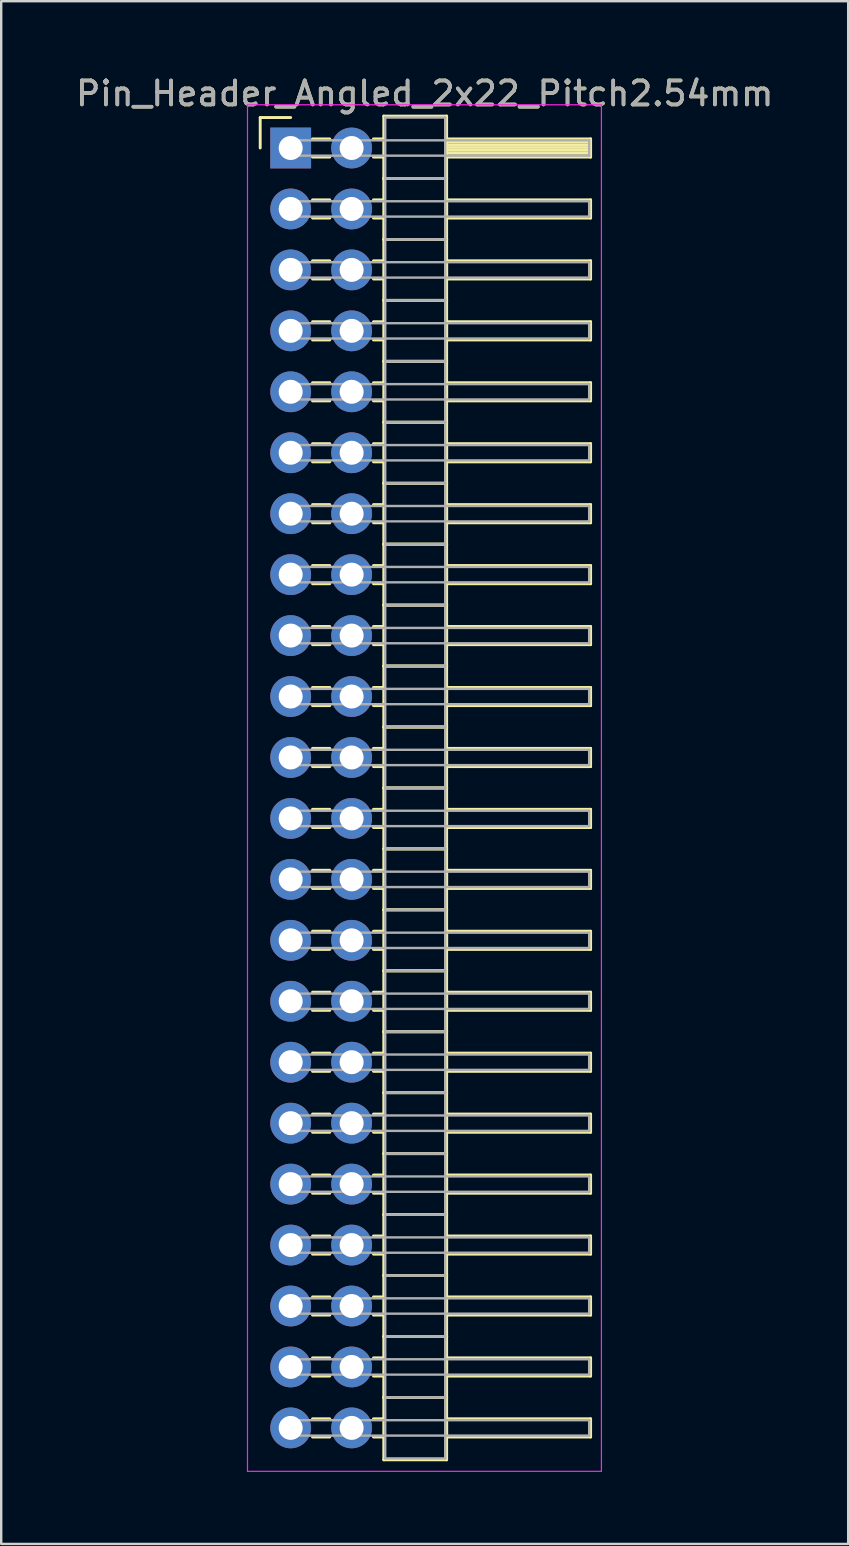
<source format=kicad_pcb>
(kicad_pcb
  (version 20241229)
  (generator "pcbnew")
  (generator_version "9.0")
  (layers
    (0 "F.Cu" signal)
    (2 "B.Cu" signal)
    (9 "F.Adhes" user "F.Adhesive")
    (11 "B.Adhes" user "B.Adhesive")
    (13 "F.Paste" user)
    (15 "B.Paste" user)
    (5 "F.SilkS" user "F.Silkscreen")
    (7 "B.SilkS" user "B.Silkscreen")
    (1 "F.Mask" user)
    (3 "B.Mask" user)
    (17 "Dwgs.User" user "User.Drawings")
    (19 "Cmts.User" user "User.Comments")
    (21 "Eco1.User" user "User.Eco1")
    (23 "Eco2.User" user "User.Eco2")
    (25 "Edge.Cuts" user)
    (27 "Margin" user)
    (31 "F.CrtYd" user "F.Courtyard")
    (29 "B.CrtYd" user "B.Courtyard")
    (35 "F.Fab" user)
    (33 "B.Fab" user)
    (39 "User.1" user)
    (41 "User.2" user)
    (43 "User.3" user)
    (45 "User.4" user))
  (footprint "Pin_Header_Angled_2x22_Pitch2.54mm"
    (layer "F.Cu")
    (at 9.064 3.118)
    (property "Reference" "Pin_Header_Angled_2x22_Pitch2.54mm" (at 5.585 -2.27 0) (layer "F.SilkS") (effects (font (size 1 1) (thickness 0.15))))
    (attr through_hole)
    (fp_line (start -1.27 -1.27) (end 0 -1.27) (stroke (width 0.12) (type solid)) (layer "F.SilkS"))
    (fp_line (start -1.27 0) (end -1.27 -1.27) (stroke (width 0.12) (type solid)) (layer "F.SilkS"))
    (fp_line (start 0.91 -0.38) (end 1.63 -0.38) (stroke (width 0.12) (type solid)) (layer "F.SilkS"))
    (fp_line (start 0.91 0.38) (end 1.63 0.38) (stroke (width 0.12) (type solid)) (layer "F.SilkS"))
    (fp_line (start 0.91 2.16) (end 1.63 2.16) (stroke (width 0.12) (type solid)) (layer "F.SilkS"))
    (fp_line (start 0.91 2.92) (end 1.63 2.92) (stroke (width 0.12) (type solid)) (layer "F.SilkS"))
    (fp_line (start 0.91 4.7) (end 1.63 4.7) (stroke (width 0.12) (type solid)) (layer "F.SilkS"))
    (fp_line (start 0.91 5.46) (end 1.63 5.46) (stroke (width 0.12) (type solid)) (layer "F.SilkS"))
    (fp_line (start 0.91 7.24) (end 1.63 7.24) (stroke (width 0.12) (type solid)) (layer "F.SilkS"))
    (fp_line (start 0.91 8) (end 1.63 8) (stroke (width 0.12) (type solid)) (layer "F.SilkS"))
    (fp_line (start 0.91 9.78) (end 1.63 9.78) (stroke (width 0.12) (type solid)) (layer "F.SilkS"))
    (fp_line (start 0.91 10.54) (end 1.63 10.54) (stroke (width 0.12) (type solid)) (layer "F.SilkS"))
    (fp_line (start 0.91 12.32) (end 1.63 12.32) (stroke (width 0.12) (type solid)) (layer "F.SilkS"))
    (fp_line (start 0.91 13.08) (end 1.63 13.08) (stroke (width 0.12) (type solid)) (layer "F.SilkS"))
    (fp_line (start 0.91 14.86) (end 1.63 14.86) (stroke (width 0.12) (type solid)) (layer "F.SilkS"))
    (fp_line (start 0.91 15.62) (end 1.63 15.62) (stroke (width 0.12) (type solid)) (layer "F.SilkS"))
    (fp_line (start 0.91 17.4) (end 1.63 17.4) (stroke (width 0.12) (type solid)) (layer "F.SilkS"))
    (fp_line (start 0.91 18.16) (end 1.63 18.16) (stroke (width 0.12) (type solid)) (layer "F.SilkS"))
    (fp_line (start 0.91 19.94) (end 1.63 19.94) (stroke (width 0.12) (type solid)) (layer "F.SilkS"))
    (fp_line (start 0.91 20.7) (end 1.63 20.7) (stroke (width 0.12) (type solid)) (layer "F.SilkS"))
    (fp_line (start 0.91 22.48) (end 1.63 22.48) (stroke (width 0.12) (type solid)) (layer "F.SilkS"))
    (fp_line (start 0.91 23.24) (end 1.63 23.24) (stroke (width 0.12) (type solid)) (layer "F.SilkS"))
    (fp_line (start 0.91 25.02) (end 1.63 25.02) (stroke (width 0.12) (type solid)) (layer "F.SilkS"))
    (fp_line (start 0.91 25.78) (end 1.63 25.78) (stroke (width 0.12) (type solid)) (layer "F.SilkS"))
    (fp_line (start 0.91 27.56) (end 1.63 27.56) (stroke (width 0.12) (type solid)) (layer "F.SilkS"))
    (fp_line (start 0.91 28.32) (end 1.63 28.32) (stroke (width 0.12) (type solid)) (layer "F.SilkS"))
    (fp_line (start 0.91 30.1) (end 1.63 30.1) (stroke (width 0.12) (type solid)) (layer "F.SilkS"))
    (fp_line (start 0.91 30.86) (end 1.63 30.86) (stroke (width 0.12) (type solid)) (layer "F.SilkS"))
    (fp_line (start 0.91 32.64) (end 1.63 32.64) (stroke (width 0.12) (type solid)) (layer "F.SilkS"))
    (fp_line (start 0.91 33.4) (end 1.63 33.4) (stroke (width 0.12) (type solid)) (layer "F.SilkS"))
    (fp_line (start 0.91 35.18) (end 1.63 35.18) (stroke (width 0.12) (type solid)) (layer "F.SilkS"))
    (fp_line (start 0.91 35.94) (end 1.63 35.94) (stroke (width 0.12) (type solid)) (layer "F.SilkS"))
    (fp_line (start 0.91 37.72) (end 1.63 37.72) (stroke (width 0.12) (type solid)) (layer "F.SilkS"))
    (fp_line (start 0.91 38.48) (end 1.63 38.48) (stroke (width 0.12) (type solid)) (layer "F.SilkS"))
    (fp_line (start 0.91 40.26) (end 1.63 40.26) (stroke (width 0.12) (type solid)) (layer "F.SilkS"))
    (fp_line (start 0.91 41.02) (end 1.63 41.02) (stroke (width 0.12) (type solid)) (layer "F.SilkS"))
    (fp_line (start 0.91 42.8) (end 1.63 42.8) (stroke (width 0.12) (type solid)) (layer "F.SilkS"))
    (fp_line (start 0.91 43.56) (end 1.63 43.56) (stroke (width 0.12) (type solid)) (layer "F.SilkS"))
    (fp_line (start 0.91 45.34) (end 1.63 45.34) (stroke (width 0.12) (type solid)) (layer "F.SilkS"))
    (fp_line (start 0.91 46.1) (end 1.63 46.1) (stroke (width 0.12) (type solid)) (layer "F.SilkS"))
    (fp_line (start 0.91 47.88) (end 1.63 47.88) (stroke (width 0.12) (type solid)) (layer "F.SilkS"))
    (fp_line (start 0.91 48.64) (end 1.63 48.64) (stroke (width 0.12) (type solid)) (layer "F.SilkS"))
    (fp_line (start 0.91 50.42) (end 1.63 50.42) (stroke (width 0.12) (type solid)) (layer "F.SilkS"))
    (fp_line (start 0.91 51.18) (end 1.63 51.18) (stroke (width 0.12) (type solid)) (layer "F.SilkS"))
    (fp_line (start 0.91 52.96) (end 1.63 52.96) (stroke (width 0.12) (type solid)) (layer "F.SilkS"))
    (fp_line (start 0.91 53.72) (end 1.63 53.72) (stroke (width 0.12) (type solid)) (layer "F.SilkS"))
    (fp_line (start 3.45 -0.38) (end 3.88 -0.38) (stroke (width 0.12) (type solid)) (layer "F.SilkS"))
    (fp_line (start 3.45 0.38) (end 3.88 0.38) (stroke (width 0.12) (type solid)) (layer "F.SilkS"))
    (fp_line (start 3.45 2.16) (end 3.88 2.16) (stroke (width 0.12) (type solid)) (layer "F.SilkS"))
    (fp_line (start 3.45 2.92) (end 3.88 2.92) (stroke (width 0.12) (type solid)) (layer "F.SilkS"))
    (fp_line (start 3.45 4.7) (end 3.88 4.7) (stroke (width 0.12) (type solid)) (layer "F.SilkS"))
    (fp_line (start 3.45 5.46) (end 3.88 5.46) (stroke (width 0.12) (type solid)) (layer "F.SilkS"))
    (fp_line (start 3.45 7.24) (end 3.88 7.24) (stroke (width 0.12) (type solid)) (layer "F.SilkS"))
    (fp_line (start 3.45 8) (end 3.88 8) (stroke (width 0.12) (type solid)) (layer "F.SilkS"))
    (fp_line (start 3.45 9.78) (end 3.88 9.78) (stroke (width 0.12) (type solid)) (layer "F.SilkS"))
    (fp_line (start 3.45 10.54) (end 3.88 10.54) (stroke (width 0.12) (type solid)) (layer "F.SilkS"))
    (fp_line (start 3.45 12.32) (end 3.88 12.32) (stroke (width 0.12) (type solid)) (layer "F.SilkS"))
    (fp_line (start 3.45 13.08) (end 3.88 13.08) (stroke (width 0.12) (type solid)) (layer "F.SilkS"))
    (fp_line (start 3.45 14.86) (end 3.88 14.86) (stroke (width 0.12) (type solid)) (layer "F.SilkS"))
    (fp_line (start 3.45 15.62) (end 3.88 15.62) (stroke (width 0.12) (type solid)) (layer "F.SilkS"))
    (fp_line (start 3.45 17.4) (end 3.88 17.4) (stroke (width 0.12) (type solid)) (layer "F.SilkS"))
    (fp_line (start 3.45 18.16) (end 3.88 18.16) (stroke (width 0.12) (type solid)) (layer "F.SilkS"))
    (fp_line (start 3.45 19.94) (end 3.88 19.94) (stroke (width 0.12) (type solid)) (layer "F.SilkS"))
    (fp_line (start 3.45 20.7) (end 3.88 20.7) (stroke (width 0.12) (type solid)) (layer "F.SilkS"))
    (fp_line (start 3.45 22.48) (end 3.88 22.48) (stroke (width 0.12) (type solid)) (layer "F.SilkS"))
    (fp_line (start 3.45 23.24) (end 3.88 23.24) (stroke (width 0.12) (type solid)) (layer "F.SilkS"))
    (fp_line (start 3.45 25.02) (end 3.88 25.02) (stroke (width 0.12) (type solid)) (layer "F.SilkS"))
    (fp_line (start 3.45 25.78) (end 3.88 25.78) (stroke (width 0.12) (type solid)) (layer "F.SilkS"))
    (fp_line (start 3.45 27.56) (end 3.88 27.56) (stroke (width 0.12) (type solid)) (layer "F.SilkS"))
    (fp_line (start 3.45 28.32) (end 3.88 28.32) (stroke (width 0.12) (type solid)) (layer "F.SilkS"))
    (fp_line (start 3.45 30.1) (end 3.88 30.1) (stroke (width 0.12) (type solid)) (layer "F.SilkS"))
    (fp_line (start 3.45 30.86) (end 3.88 30.86) (stroke (width 0.12) (type solid)) (layer "F.SilkS"))
    (fp_line (start 3.45 32.64) (end 3.88 32.64) (stroke (width 0.12) (type solid)) (layer "F.SilkS"))
    (fp_line (start 3.45 33.4) (end 3.88 33.4) (stroke (width 0.12) (type solid)) (layer "F.SilkS"))
    (fp_line (start 3.45 35.18) (end 3.88 35.18) (stroke (width 0.12) (type solid)) (layer "F.SilkS"))
    (fp_line (start 3.45 35.94) (end 3.88 35.94) (stroke (width 0.12) (type solid)) (layer "F.SilkS"))
    (fp_line (start 3.45 37.72) (end 3.88 37.72) (stroke (width 0.12) (type solid)) (layer "F.SilkS"))
    (fp_line (start 3.45 38.48) (end 3.88 38.48) (stroke (width 0.12) (type solid)) (layer "F.SilkS"))
    (fp_line (start 3.45 40.26) (end 3.88 40.26) (stroke (width 0.12) (type solid)) (layer "F.SilkS"))
    (fp_line (start 3.45 41.02) (end 3.88 41.02) (stroke (width 0.12) (type solid)) (layer "F.SilkS"))
    (fp_line (start 3.45 42.8) (end 3.88 42.8) (stroke (width 0.12) (type solid)) (layer "F.SilkS"))
    (fp_line (start 3.45 43.56) (end 3.88 43.56) (stroke (width 0.12) (type solid)) (layer "F.SilkS"))
    (fp_line (start 3.45 45.34) (end 3.88 45.34) (stroke (width 0.12) (type solid)) (layer "F.SilkS"))
    (fp_line (start 3.45 46.1) (end 3.88 46.1) (stroke (width 0.12) (type solid)) (layer "F.SilkS"))
    (fp_line (start 3.45 47.88) (end 3.88 47.88) (stroke (width 0.12) (type solid)) (layer "F.SilkS"))
    (fp_line (start 3.45 48.64) (end 3.88 48.64) (stroke (width 0.12) (type solid)) (layer "F.SilkS"))
    (fp_line (start 3.45 50.42) (end 3.88 50.42) (stroke (width 0.12) (type solid)) (layer "F.SilkS"))
    (fp_line (start 3.45 51.18) (end 3.88 51.18) (stroke (width 0.12) (type solid)) (layer "F.SilkS"))
    (fp_line (start 3.45 52.96) (end 3.88 52.96) (stroke (width 0.12) (type solid)) (layer "F.SilkS"))
    (fp_line (start 3.45 53.72) (end 3.88 53.72) (stroke (width 0.12) (type solid)) (layer "F.SilkS"))
    (fp_line (start 3.88 -1.33) (end 3.88 1.27) (stroke (width 0.12) (type solid)) (layer "F.SilkS"))
    (fp_line (start 3.88 1.27) (end 3.88 3.81) (stroke (width 0.12) (type solid)) (layer "F.SilkS"))
    (fp_line (start 3.88 1.27) (end 6.5 1.27) (stroke (width 0.12) (type solid)) (layer "F.SilkS"))
    (fp_line (start 3.88 3.81) (end 3.88 6.35) (stroke (width 0.12) (type solid)) (layer "F.SilkS"))
    (fp_line (start 3.88 3.81) (end 6.5 3.81) (stroke (width 0.12) (type solid)) (layer "F.SilkS"))
    (fp_line (start 3.88 6.35) (end 3.88 8.89) (stroke (width 0.12) (type solid)) (layer "F.SilkS"))
    (fp_line (start 3.88 6.35) (end 6.5 6.35) (stroke (width 0.12) (type solid)) (layer "F.SilkS"))
    (fp_line (start 3.88 8.89) (end 3.88 11.43) (stroke (width 0.12) (type solid)) (layer "F.SilkS"))
    (fp_line (start 3.88 8.89) (end 6.5 8.89) (stroke (width 0.12) (type solid)) (layer "F.SilkS"))
    (fp_line (start 3.88 11.43) (end 3.88 13.97) (stroke (width 0.12) (type solid)) (layer "F.SilkS"))
    (fp_line (start 3.88 11.43) (end 6.5 11.43) (stroke (width 0.12) (type solid)) (layer "F.SilkS"))
    (fp_line (start 3.88 13.97) (end 3.88 16.51) (stroke (width 0.12) (type solid)) (layer "F.SilkS"))
    (fp_line (start 3.88 13.97) (end 6.5 13.97) (stroke (width 0.12) (type solid)) (layer "F.SilkS"))
    (fp_line (start 3.88 16.51) (end 3.88 19.05) (stroke (width 0.12) (type solid)) (layer "F.SilkS"))
    (fp_line (start 3.88 16.51) (end 6.5 16.51) (stroke (width 0.12) (type solid)) (layer "F.SilkS"))
    (fp_line (start 3.88 19.05) (end 3.88 21.59) (stroke (width 0.12) (type solid)) (layer "F.SilkS"))
    (fp_line (start 3.88 19.05) (end 6.5 19.05) (stroke (width 0.12) (type solid)) (layer "F.SilkS"))
    (fp_line (start 3.88 21.59) (end 3.88 24.13) (stroke (width 0.12) (type solid)) (layer "F.SilkS"))
    (fp_line (start 3.88 21.59) (end 6.5 21.59) (stroke (width 0.12) (type solid)) (layer "F.SilkS"))
    (fp_line (start 3.88 24.13) (end 3.88 26.67) (stroke (width 0.12) (type solid)) (layer "F.SilkS"))
    (fp_line (start 3.88 24.13) (end 6.5 24.13) (stroke (width 0.12) (type solid)) (layer "F.SilkS"))
    (fp_line (start 3.88 26.67) (end 3.88 29.21) (stroke (width 0.12) (type solid)) (layer "F.SilkS"))
    (fp_line (start 3.88 26.67) (end 6.5 26.67) (stroke (width 0.12) (type solid)) (layer "F.SilkS"))
    (fp_line (start 3.88 29.21) (end 3.88 31.75) (stroke (width 0.12) (type solid)) (layer "F.SilkS"))
    (fp_line (start 3.88 29.21) (end 6.5 29.21) (stroke (width 0.12) (type solid)) (layer "F.SilkS"))
    (fp_line (start 3.88 31.75) (end 3.88 34.29) (stroke (width 0.12) (type solid)) (layer "F.SilkS"))
    (fp_line (start 3.88 31.75) (end 6.5 31.75) (stroke (width 0.12) (type solid)) (layer "F.SilkS"))
    (fp_line (start 3.88 34.29) (end 3.88 36.83) (stroke (width 0.12) (type solid)) (layer "F.SilkS"))
    (fp_line (start 3.88 34.29) (end 6.5 34.29) (stroke (width 0.12) (type solid)) (layer "F.SilkS"))
    (fp_line (start 3.88 36.83) (end 3.88 39.37) (stroke (width 0.12) (type solid)) (layer "F.SilkS"))
    (fp_line (start 3.88 36.83) (end 6.5 36.83) (stroke (width 0.12) (type solid)) (layer "F.SilkS"))
    (fp_line (start 3.88 39.37) (end 3.88 41.91) (stroke (width 0.12) (type solid)) (layer "F.SilkS"))
    (fp_line (start 3.88 39.37) (end 6.5 39.37) (stroke (width 0.12) (type solid)) (layer "F.SilkS"))
    (fp_line (start 3.88 41.91) (end 3.88 44.45) (stroke (width 0.12) (type solid)) (layer "F.SilkS"))
    (fp_line (start 3.88 41.91) (end 6.5 41.91) (stroke (width 0.12) (type solid)) (layer "F.SilkS"))
    (fp_line (start 3.88 44.45) (end 3.88 46.99) (stroke (width 0.12) (type solid)) (layer "F.SilkS"))
    (fp_line (start 3.88 44.45) (end 6.5 44.45) (stroke (width 0.12) (type solid)) (layer "F.SilkS"))
    (fp_line (start 3.88 46.99) (end 3.88 49.53) (stroke (width 0.12) (type solid)) (layer "F.SilkS"))
    (fp_line (start 3.88 46.99) (end 6.5 46.99) (stroke (width 0.12) (type solid)) (layer "F.SilkS"))
    (fp_line (start 3.88 49.53) (end 3.88 52.07) (stroke (width 0.12) (type solid)) (layer "F.SilkS"))
    (fp_line (start 3.88 49.53) (end 6.5 49.53) (stroke (width 0.12) (type solid)) (layer "F.SilkS"))
    (fp_line (start 3.88 52.07) (end 3.88 54.67) (stroke (width 0.12) (type solid)) (layer "F.SilkS"))
    (fp_line (start 3.88 52.07) (end 6.5 52.07) (stroke (width 0.12) (type solid)) (layer "F.SilkS"))
    (fp_line (start 3.88 54.67) (end 6.5 54.67) (stroke (width 0.12) (type solid)) (layer "F.SilkS"))
    (fp_line (start 6.5 -1.33) (end 3.88 -1.33) (stroke (width 0.12) (type solid)) (layer "F.SilkS"))
    (fp_line (start 6.5 -0.38) (end 6.5 0.38) (stroke (width 0.12) (type solid)) (layer "F.SilkS"))
    (fp_line (start 6.5 -0.26) (end 12.5 -0.26) (stroke (width 0.12) (type solid)) (layer "F.SilkS"))
    (fp_line (start 6.5 -0.14) (end 12.5 -0.14) (stroke (width 0.12) (type solid)) (layer "F.SilkS"))
    (fp_line (start 6.5 -0.02) (end 12.5 -0.02) (stroke (width 0.12) (type solid)) (layer "F.SilkS"))
    (fp_line (start 6.5 0.1) (end 12.5 0.1) (stroke (width 0.12) (type solid)) (layer "F.SilkS"))
    (fp_line (start 6.5 0.22) (end 12.5 0.22) (stroke (width 0.12) (type solid)) (layer "F.SilkS"))
    (fp_line (start 6.5 0.34) (end 12.5 0.34) (stroke (width 0.12) (type solid)) (layer "F.SilkS"))
    (fp_line (start 6.5 0.38) (end 12.5 0.38) (stroke (width 0.12) (type solid)) (layer "F.SilkS"))
    (fp_line (start 6.5 1.27) (end 3.88 1.27) (stroke (width 0.12) (type solid)) (layer "F.SilkS"))
    (fp_line (start 6.5 1.27) (end 6.5 -1.33) (stroke (width 0.12) (type solid)) (layer "F.SilkS"))
    (fp_line (start 6.5 2.16) (end 6.5 2.92) (stroke (width 0.12) (type solid)) (layer "F.SilkS"))
    (fp_line (start 6.5 2.92) (end 12.5 2.92) (stroke (width 0.12) (type solid)) (layer "F.SilkS"))
    (fp_line (start 6.5 3.81) (end 3.88 3.81) (stroke (width 0.12) (type solid)) (layer "F.SilkS"))
    (fp_line (start 6.5 3.81) (end 6.5 1.27) (stroke (width 0.12) (type solid)) (layer "F.SilkS"))
    (fp_line (start 6.5 4.7) (end 6.5 5.46) (stroke (width 0.12) (type solid)) (layer "F.SilkS"))
    (fp_line (start 6.5 5.46) (end 12.5 5.46) (stroke (width 0.12) (type solid)) (layer "F.SilkS"))
    (fp_line (start 6.5 6.35) (end 3.88 6.35) (stroke (width 0.12) (type solid)) (layer "F.SilkS"))
    (fp_line (start 6.5 6.35) (end 6.5 3.81) (stroke (width 0.12) (type solid)) (layer "F.SilkS"))
    (fp_line (start 6.5 7.24) (end 6.5 8) (stroke (width 0.12) (type solid)) (layer "F.SilkS"))
    (fp_line (start 6.5 8) (end 12.5 8) (stroke (width 0.12) (type solid)) (layer "F.SilkS"))
    (fp_line (start 6.5 8.89) (end 3.88 8.89) (stroke (width 0.12) (type solid)) (layer "F.SilkS"))
    (fp_line (start 6.5 8.89) (end 6.5 6.35) (stroke (width 0.12) (type solid)) (layer "F.SilkS"))
    (fp_line (start 6.5 9.78) (end 6.5 10.54) (stroke (width 0.12) (type solid)) (layer "F.SilkS"))
    (fp_line (start 6.5 10.54) (end 12.5 10.54) (stroke (width 0.12) (type solid)) (layer "F.SilkS"))
    (fp_line (start 6.5 11.43) (end 3.88 11.43) (stroke (width 0.12) (type solid)) (layer "F.SilkS"))
    (fp_line (start 6.5 11.43) (end 6.5 8.89) (stroke (width 0.12) (type solid)) (layer "F.SilkS"))
    (fp_line (start 6.5 12.32) (end 6.5 13.08) (stroke (width 0.12) (type solid)) (layer "F.SilkS"))
    (fp_line (start 6.5 13.08) (end 12.5 13.08) (stroke (width 0.12) (type solid)) (layer "F.SilkS"))
    (fp_line (start 6.5 13.97) (end 3.88 13.97) (stroke (width 0.12) (type solid)) (layer "F.SilkS"))
    (fp_line (start 6.5 13.97) (end 6.5 11.43) (stroke (width 0.12) (type solid)) (layer "F.SilkS"))
    (fp_line (start 6.5 14.86) (end 6.5 15.62) (stroke (width 0.12) (type solid)) (layer "F.SilkS"))
    (fp_line (start 6.5 15.62) (end 12.5 15.62) (stroke (width 0.12) (type solid)) (layer "F.SilkS"))
    (fp_line (start 6.5 16.51) (end 3.88 16.51) (stroke (width 0.12) (type solid)) (layer "F.SilkS"))
    (fp_line (start 6.5 16.51) (end 6.5 13.97) (stroke (width 0.12) (type solid)) (layer "F.SilkS"))
    (fp_line (start 6.5 17.4) (end 6.5 18.16) (stroke (width 0.12) (type solid)) (layer "F.SilkS"))
    (fp_line (start 6.5 18.16) (end 12.5 18.16) (stroke (width 0.12) (type solid)) (layer "F.SilkS"))
    (fp_line (start 6.5 19.05) (end 3.88 19.05) (stroke (width 0.12) (type solid)) (layer "F.SilkS"))
    (fp_line (start 6.5 19.05) (end 6.5 16.51) (stroke (width 0.12) (type solid)) (layer "F.SilkS"))
    (fp_line (start 6.5 19.94) (end 6.5 20.7) (stroke (width 0.12) (type solid)) (layer "F.SilkS"))
    (fp_line (start 6.5 20.7) (end 12.5 20.7) (stroke (width 0.12) (type solid)) (layer "F.SilkS"))
    (fp_line (start 6.5 21.59) (end 3.88 21.59) (stroke (width 0.12) (type solid)) (layer "F.SilkS"))
    (fp_line (start 6.5 21.59) (end 6.5 19.05) (stroke (width 0.12) (type solid)) (layer "F.SilkS"))
    (fp_line (start 6.5 22.48) (end 6.5 23.24) (stroke (width 0.12) (type solid)) (layer "F.SilkS"))
    (fp_line (start 6.5 23.24) (end 12.5 23.24) (stroke (width 0.12) (type solid)) (layer "F.SilkS"))
    (fp_line (start 6.5 24.13) (end 3.88 24.13) (stroke (width 0.12) (type solid)) (layer "F.SilkS"))
    (fp_line (start 6.5 24.13) (end 6.5 21.59) (stroke (width 0.12) (type solid)) (layer "F.SilkS"))
    (fp_line (start 6.5 25.02) (end 6.5 25.78) (stroke (width 0.12) (type solid)) (layer "F.SilkS"))
    (fp_line (start 6.5 25.78) (end 12.5 25.78) (stroke (width 0.12) (type solid)) (layer "F.SilkS"))
    (fp_line (start 6.5 26.67) (end 3.88 26.67) (stroke (width 0.12) (type solid)) (layer "F.SilkS"))
    (fp_line (start 6.5 26.67) (end 6.5 24.13) (stroke (width 0.12) (type solid)) (layer "F.SilkS"))
    (fp_line (start 6.5 27.56) (end 6.5 28.32) (stroke (width 0.12) (type solid)) (layer "F.SilkS"))
    (fp_line (start 6.5 28.32) (end 12.5 28.32) (stroke (width 0.12) (type solid)) (layer "F.SilkS"))
    (fp_line (start 6.5 29.21) (end 3.88 29.21) (stroke (width 0.12) (type solid)) (layer "F.SilkS"))
    (fp_line (start 6.5 29.21) (end 6.5 26.67) (stroke (width 0.12) (type solid)) (layer "F.SilkS"))
    (fp_line (start 6.5 30.1) (end 6.5 30.86) (stroke (width 0.12) (type solid)) (layer "F.SilkS"))
    (fp_line (start 6.5 30.86) (end 12.5 30.86) (stroke (width 0.12) (type solid)) (layer "F.SilkS"))
    (fp_line (start 6.5 31.75) (end 3.88 31.75) (stroke (width 0.12) (type solid)) (layer "F.SilkS"))
    (fp_line (start 6.5 31.75) (end 6.5 29.21) (stroke (width 0.12) (type solid)) (layer "F.SilkS"))
    (fp_line (start 6.5 32.64) (end 6.5 33.4) (stroke (width 0.12) (type solid)) (layer "F.SilkS"))
    (fp_line (start 6.5 33.4) (end 12.5 33.4) (stroke (width 0.12) (type solid)) (layer "F.SilkS"))
    (fp_line (start 6.5 34.29) (end 3.88 34.29) (stroke (width 0.12) (type solid)) (layer "F.SilkS"))
    (fp_line (start 6.5 34.29) (end 6.5 31.75) (stroke (width 0.12) (type solid)) (layer "F.SilkS"))
    (fp_line (start 6.5 35.18) (end 6.5 35.94) (stroke (width 0.12) (type solid)) (layer "F.SilkS"))
    (fp_line (start 6.5 35.94) (end 12.5 35.94) (stroke (width 0.12) (type solid)) (layer "F.SilkS"))
    (fp_line (start 6.5 36.83) (end 3.88 36.83) (stroke (width 0.12) (type solid)) (layer "F.SilkS"))
    (fp_line (start 6.5 36.83) (end 6.5 34.29) (stroke (width 0.12) (type solid)) (layer "F.SilkS"))
    (fp_line (start 6.5 37.72) (end 6.5 38.48) (stroke (width 0.12) (type solid)) (layer "F.SilkS"))
    (fp_line (start 6.5 38.48) (end 12.5 38.48) (stroke (width 0.12) (type solid)) (layer "F.SilkS"))
    (fp_line (start 6.5 39.37) (end 3.88 39.37) (stroke (width 0.12) (type solid)) (layer "F.SilkS"))
    (fp_line (start 6.5 39.37) (end 6.5 36.83) (stroke (width 0.12) (type solid)) (layer "F.SilkS"))
    (fp_line (start 6.5 40.26) (end 6.5 41.02) (stroke (width 0.12) (type solid)) (layer "F.SilkS"))
    (fp_line (start 6.5 41.02) (end 12.5 41.02) (stroke (width 0.12) (type solid)) (layer "F.SilkS"))
    (fp_line (start 6.5 41.91) (end 3.88 41.91) (stroke (width 0.12) (type solid)) (layer "F.SilkS"))
    (fp_line (start 6.5 41.91) (end 6.5 39.37) (stroke (width 0.12) (type solid)) (layer "F.SilkS"))
    (fp_line (start 6.5 42.8) (end 6.5 43.56) (stroke (width 0.12) (type solid)) (layer "F.SilkS"))
    (fp_line (start 6.5 43.56) (end 12.5 43.56) (stroke (width 0.12) (type solid)) (layer "F.SilkS"))
    (fp_line (start 6.5 44.45) (end 3.88 44.45) (stroke (width 0.12) (type solid)) (layer "F.SilkS"))
    (fp_line (start 6.5 44.45) (end 6.5 41.91) (stroke (width 0.12) (type solid)) (layer "F.SilkS"))
    (fp_line (start 6.5 45.34) (end 6.5 46.1) (stroke (width 0.12) (type solid)) (layer "F.SilkS"))
    (fp_line (start 6.5 46.1) (end 12.5 46.1) (stroke (width 0.12) (type solid)) (layer "F.SilkS"))
    (fp_line (start 6.5 46.99) (end 3.88 46.99) (stroke (width 0.12) (type solid)) (layer "F.SilkS"))
    (fp_line (start 6.5 46.99) (end 6.5 44.45) (stroke (width 0.12) (type solid)) (layer "F.SilkS"))
    (fp_line (start 6.5 47.88) (end 6.5 48.64) (stroke (width 0.12) (type solid)) (layer "F.SilkS"))
    (fp_line (start 6.5 48.64) (end 12.5 48.64) (stroke (width 0.12) (type solid)) (layer "F.SilkS"))
    (fp_line (start 6.5 49.53) (end 3.88 49.53) (stroke (width 0.12) (type solid)) (layer "F.SilkS"))
    (fp_line (start 6.5 49.53) (end 6.5 46.99) (stroke (width 0.12) (type solid)) (layer "F.SilkS"))
    (fp_line (start 6.5 50.42) (end 6.5 51.18) (stroke (width 0.12) (type solid)) (layer "F.SilkS"))
    (fp_line (start 6.5 51.18) (end 12.5 51.18) (stroke (width 0.12) (type solid)) (layer "F.SilkS"))
    (fp_line (start 6.5 52.07) (end 3.88 52.07) (stroke (width 0.12) (type solid)) (layer "F.SilkS"))
    (fp_line (start 6.5 52.07) (end 6.5 49.53) (stroke (width 0.12) (type solid)) (layer "F.SilkS"))
    (fp_line (start 6.5 52.96) (end 6.5 53.72) (stroke (width 0.12) (type solid)) (layer "F.SilkS"))
    (fp_line (start 6.5 53.72) (end 12.5 53.72) (stroke (width 0.12) (type solid)) (layer "F.SilkS"))
    (fp_line (start 6.5 54.67) (end 6.5 52.07) (stroke (width 0.12) (type solid)) (layer "F.SilkS"))
    (fp_line (start 12.5 -0.38) (end 6.5 -0.38) (stroke (width 0.12) (type solid)) (layer "F.SilkS"))
    (fp_line (start 12.5 0.38) (end 12.5 -0.38) (stroke (width 0.12) (type solid)) (layer "F.SilkS"))
    (fp_line (start 12.5 2.16) (end 6.5 2.16) (stroke (width 0.12) (type solid)) (layer "F.SilkS"))
    (fp_line (start 12.5 2.92) (end 12.5 2.16) (stroke (width 0.12) (type solid)) (layer "F.SilkS"))
    (fp_line (start 12.5 4.7) (end 6.5 4.7) (stroke (width 0.12) (type solid)) (layer "F.SilkS"))
    (fp_line (start 12.5 5.46) (end 12.5 4.7) (stroke (width 0.12) (type solid)) (layer "F.SilkS"))
    (fp_line (start 12.5 7.24) (end 6.5 7.24) (stroke (width 0.12) (type solid)) (layer "F.SilkS"))
    (fp_line (start 12.5 8) (end 12.5 7.24) (stroke (width 0.12) (type solid)) (layer "F.SilkS"))
    (fp_line (start 12.5 9.78) (end 6.5 9.78) (stroke (width 0.12) (type solid)) (layer "F.SilkS"))
    (fp_line (start 12.5 10.54) (end 12.5 9.78) (stroke (width 0.12) (type solid)) (layer "F.SilkS"))
    (fp_line (start 12.5 12.32) (end 6.5 12.32) (stroke (width 0.12) (type solid)) (layer "F.SilkS"))
    (fp_line (start 12.5 13.08) (end 12.5 12.32) (stroke (width 0.12) (type solid)) (layer "F.SilkS"))
    (fp_line (start 12.5 14.86) (end 6.5 14.86) (stroke (width 0.12) (type solid)) (layer "F.SilkS"))
    (fp_line (start 12.5 15.62) (end 12.5 14.86) (stroke (width 0.12) (type solid)) (layer "F.SilkS"))
    (fp_line (start 12.5 17.4) (end 6.5 17.4) (stroke (width 0.12) (type solid)) (layer "F.SilkS"))
    (fp_line (start 12.5 18.16) (end 12.5 17.4) (stroke (width 0.12) (type solid)) (layer "F.SilkS"))
    (fp_line (start 12.5 19.94) (end 6.5 19.94) (stroke (width 0.12) (type solid)) (layer "F.SilkS"))
    (fp_line (start 12.5 20.7) (end 12.5 19.94) (stroke (width 0.12) (type solid)) (layer "F.SilkS"))
    (fp_line (start 12.5 22.48) (end 6.5 22.48) (stroke (width 0.12) (type solid)) (layer "F.SilkS"))
    (fp_line (start 12.5 23.24) (end 12.5 22.48) (stroke (width 0.12) (type solid)) (layer "F.SilkS"))
    (fp_line (start 12.5 25.02) (end 6.5 25.02) (stroke (width 0.12) (type solid)) (layer "F.SilkS"))
    (fp_line (start 12.5 25.78) (end 12.5 25.02) (stroke (width 0.12) (type solid)) (layer "F.SilkS"))
    (fp_line (start 12.5 27.56) (end 6.5 27.56) (stroke (width 0.12) (type solid)) (layer "F.SilkS"))
    (fp_line (start 12.5 28.32) (end 12.5 27.56) (stroke (width 0.12) (type solid)) (layer "F.SilkS"))
    (fp_line (start 12.5 30.1) (end 6.5 30.1) (stroke (width 0.12) (type solid)) (layer "F.SilkS"))
    (fp_line (start 12.5 30.86) (end 12.5 30.1) (stroke (width 0.12) (type solid)) (layer "F.SilkS"))
    (fp_line (start 12.5 32.64) (end 6.5 32.64) (stroke (width 0.12) (type solid)) (layer "F.SilkS"))
    (fp_line (start 12.5 33.4) (end 12.5 32.64) (stroke (width 0.12) (type solid)) (layer "F.SilkS"))
    (fp_line (start 12.5 35.18) (end 6.5 35.18) (stroke (width 0.12) (type solid)) (layer "F.SilkS"))
    (fp_line (start 12.5 35.94) (end 12.5 35.18) (stroke (width 0.12) (type solid)) (layer "F.SilkS"))
    (fp_line (start 12.5 37.72) (end 6.5 37.72) (stroke (width 0.12) (type solid)) (layer "F.SilkS"))
    (fp_line (start 12.5 38.48) (end 12.5 37.72) (stroke (width 0.12) (type solid)) (layer "F.SilkS"))
    (fp_line (start 12.5 40.26) (end 6.5 40.26) (stroke (width 0.12) (type solid)) (layer "F.SilkS"))
    (fp_line (start 12.5 41.02) (end 12.5 40.26) (stroke (width 0.12) (type solid)) (layer "F.SilkS"))
    (fp_line (start 12.5 42.8) (end 6.5 42.8) (stroke (width 0.12) (type solid)) (layer "F.SilkS"))
    (fp_line (start 12.5 43.56) (end 12.5 42.8) (stroke (width 0.12) (type solid)) (layer "F.SilkS"))
    (fp_line (start 12.5 45.34) (end 6.5 45.34) (stroke (width 0.12) (type solid)) (layer "F.SilkS"))
    (fp_line (start 12.5 46.1) (end 12.5 45.34) (stroke (width 0.12) (type solid)) (layer "F.SilkS"))
    (fp_line (start 12.5 47.88) (end 6.5 47.88) (stroke (width 0.12) (type solid)) (layer "F.SilkS"))
    (fp_line (start 12.5 48.64) (end 12.5 47.88) (stroke (width 0.12) (type solid)) (layer "F.SilkS"))
    (fp_line (start 12.5 50.42) (end 6.5 50.42) (stroke (width 0.12) (type solid)) (layer "F.SilkS"))
    (fp_line (start 12.5 51.18) (end 12.5 50.42) (stroke (width 0.12) (type solid)) (layer "F.SilkS"))
    (fp_line (start 12.5 52.96) (end 6.5 52.96) (stroke (width 0.12) (type solid)) (layer "F.SilkS"))
    (fp_line (start 12.5 53.72) (end 12.5 52.96) (stroke (width 0.12) (type solid)) (layer "F.SilkS"))
    (fp_line (start -1.8 -1.8) (end -1.8 55.15) (stroke (width 0.05) (type solid)) (layer "F.CrtYd"))
    (fp_line (start -1.8 55.15) (end 12.95 55.15) (stroke (width 0.05) (type solid)) (layer "F.CrtYd"))
    (fp_line (start 12.95 -1.8) (end -1.8 -1.8) (stroke (width 0.05) (type solid)) (layer "F.CrtYd"))
    (fp_line (start 12.95 55.15) (end 12.95 -1.8) (stroke (width 0.05) (type solid)) (layer "F.CrtYd"))
    (fp_line (start 0 -0.32) (end 0 0.32) (stroke (width 0.1) (type solid)) (layer "F.Fab"))
    (fp_line (start 0 0.32) (end 12.44 0.32) (stroke (width 0.1) (type solid)) (layer "F.Fab"))
    (fp_line (start 0 2.22) (end 0 2.86) (stroke (width 0.1) (type solid)) (layer "F.Fab"))
    (fp_line (start 0 2.86) (end 12.44 2.86) (stroke (width 0.1) (type solid)) (layer "F.Fab"))
    (fp_line (start 0 4.76) (end 0 5.4) (stroke (width 0.1) (type solid)) (layer "F.Fab"))
    (fp_line (start 0 5.4) (end 12.44 5.4) (stroke (width 0.1) (type solid)) (layer "F.Fab"))
    (fp_line (start 0 7.3) (end 0 7.94) (stroke (width 0.1) (type solid)) (layer "F.Fab"))
    (fp_line (start 0 7.94) (end 12.44 7.94) (stroke (width 0.1) (type solid)) (layer "F.Fab"))
    (fp_line (start 0 9.84) (end 0 10.48) (stroke (width 0.1) (type solid)) (layer "F.Fab"))
    (fp_line (start 0 10.48) (end 12.44 10.48) (stroke (width 0.1) (type solid)) (layer "F.Fab"))
    (fp_line (start 0 12.38) (end 0 13.02) (stroke (width 0.1) (type solid)) (layer "F.Fab"))
    (fp_line (start 0 13.02) (end 12.44 13.02) (stroke (width 0.1) (type solid)) (layer "F.Fab"))
    (fp_line (start 0 14.92) (end 0 15.56) (stroke (width 0.1) (type solid)) (layer "F.Fab"))
    (fp_line (start 0 15.56) (end 12.44 15.56) (stroke (width 0.1) (type solid)) (layer "F.Fab"))
    (fp_line (start 0 17.46) (end 0 18.1) (stroke (width 0.1) (type solid)) (layer "F.Fab"))
    (fp_line (start 0 18.1) (end 12.44 18.1) (stroke (width 0.1) (type solid)) (layer "F.Fab"))
    (fp_line (start 0 20) (end 0 20.64) (stroke (width 0.1) (type solid)) (layer "F.Fab"))
    (fp_line (start 0 20.64) (end 12.44 20.64) (stroke (width 0.1) (type solid)) (layer "F.Fab"))
    (fp_line (start 0 22.54) (end 0 23.18) (stroke (width 0.1) (type solid)) (layer "F.Fab"))
    (fp_line (start 0 23.18) (end 12.44 23.18) (stroke (width 0.1) (type solid)) (layer "F.Fab"))
    (fp_line (start 0 25.08) (end 0 25.72) (stroke (width 0.1) (type solid)) (layer "F.Fab"))
    (fp_line (start 0 25.72) (end 12.44 25.72) (stroke (width 0.1) (type solid)) (layer "F.Fab"))
    (fp_line (start 0 27.62) (end 0 28.26) (stroke (width 0.1) (type solid)) (layer "F.Fab"))
    (fp_line (start 0 28.26) (end 12.44 28.26) (stroke (width 0.1) (type solid)) (layer "F.Fab"))
    (fp_line (start 0 30.16) (end 0 30.8) (stroke (width 0.1) (type solid)) (layer "F.Fab"))
    (fp_line (start 0 30.8) (end 12.44 30.8) (stroke (width 0.1) (type solid)) (layer "F.Fab"))
    (fp_line (start 0 32.7) (end 0 33.34) (stroke (width 0.1) (type solid)) (layer "F.Fab"))
    (fp_line (start 0 33.34) (end 12.44 33.34) (stroke (width 0.1) (type solid)) (layer "F.Fab"))
    (fp_line (start 0 35.24) (end 0 35.88) (stroke (width 0.1) (type solid)) (layer "F.Fab"))
    (fp_line (start 0 35.88) (end 12.44 35.88) (stroke (width 0.1) (type solid)) (layer "F.Fab"))
    (fp_line (start 0 37.78) (end 0 38.42) (stroke (width 0.1) (type solid)) (layer "F.Fab"))
    (fp_line (start 0 38.42) (end 12.44 38.42) (stroke (width 0.1) (type solid)) (layer "F.Fab"))
    (fp_line (start 0 40.32) (end 0 40.96) (stroke (width 0.1) (type solid)) (layer "F.Fab"))
    (fp_line (start 0 40.96) (end 12.44 40.96) (stroke (width 0.1) (type solid)) (layer "F.Fab"))
    (fp_line (start 0 42.86) (end 0 43.5) (stroke (width 0.1) (type solid)) (layer "F.Fab"))
    (fp_line (start 0 43.5) (end 12.44 43.5) (stroke (width 0.1) (type solid)) (layer "F.Fab"))
    (fp_line (start 0 45.4) (end 0 46.04) (stroke (width 0.1) (type solid)) (layer "F.Fab"))
    (fp_line (start 0 46.04) (end 12.44 46.04) (stroke (width 0.1) (type solid)) (layer "F.Fab"))
    (fp_line (start 0 47.94) (end 0 48.58) (stroke (width 0.1) (type solid)) (layer "F.Fab"))
    (fp_line (start 0 48.58) (end 12.44 48.58) (stroke (width 0.1) (type solid)) (layer "F.Fab"))
    (fp_line (start 0 50.48) (end 0 51.12) (stroke (width 0.1) (type solid)) (layer "F.Fab"))
    (fp_line (start 0 51.12) (end 12.44 51.12) (stroke (width 0.1) (type solid)) (layer "F.Fab"))
    (fp_line (start 0 53.02) (end 0 53.66) (stroke (width 0.1) (type solid)) (layer "F.Fab"))
    (fp_line (start 0 53.66) (end 12.44 53.66) (stroke (width 0.1) (type solid)) (layer "F.Fab"))
    (fp_line (start 3.94 -1.27) (end 3.94 1.27) (stroke (width 0.1) (type solid)) (layer "F.Fab"))
    (fp_line (start 3.94 1.27) (end 3.94 3.81) (stroke (width 0.1) (type solid)) (layer "F.Fab"))
    (fp_line (start 3.94 1.27) (end 6.44 1.27) (stroke (width 0.1) (type solid)) (layer "F.Fab"))
    (fp_line (start 3.94 3.81) (end 3.94 6.35) (stroke (width 0.1) (type solid)) (layer "F.Fab"))
    (fp_line (start 3.94 3.81) (end 6.44 3.81) (stroke (width 0.1) (type solid)) (layer "F.Fab"))
    (fp_line (start 3.94 6.35) (end 3.94 8.89) (stroke (width 0.1) (type solid)) (layer "F.Fab"))
    (fp_line (start 3.94 6.35) (end 6.44 6.35) (stroke (width 0.1) (type solid)) (layer "F.Fab"))
    (fp_line (start 3.94 8.89) (end 3.94 11.43) (stroke (width 0.1) (type solid)) (layer "F.Fab"))
    (fp_line (start 3.94 8.89) (end 6.44 8.89) (stroke (width 0.1) (type solid)) (layer "F.Fab"))
    (fp_line (start 3.94 11.43) (end 3.94 13.97) (stroke (width 0.1) (type solid)) (layer "F.Fab"))
    (fp_line (start 3.94 11.43) (end 6.44 11.43) (stroke (width 0.1) (type solid)) (layer "F.Fab"))
    (fp_line (start 3.94 13.97) (end 3.94 16.51) (stroke (width 0.1) (type solid)) (layer "F.Fab"))
    (fp_line (start 3.94 13.97) (end 6.44 13.97) (stroke (width 0.1) (type solid)) (layer "F.Fab"))
    (fp_line (start 3.94 16.51) (end 3.94 19.05) (stroke (width 0.1) (type solid)) (layer "F.Fab"))
    (fp_line (start 3.94 16.51) (end 6.44 16.51) (stroke (width 0.1) (type solid)) (layer "F.Fab"))
    (fp_line (start 3.94 19.05) (end 3.94 21.59) (stroke (width 0.1) (type solid)) (layer "F.Fab"))
    (fp_line (start 3.94 19.05) (end 6.44 19.05) (stroke (width 0.1) (type solid)) (layer "F.Fab"))
    (fp_line (start 3.94 21.59) (end 3.94 24.13) (stroke (width 0.1) (type solid)) (layer "F.Fab"))
    (fp_line (start 3.94 21.59) (end 6.44 21.59) (stroke (width 0.1) (type solid)) (layer "F.Fab"))
    (fp_line (start 3.94 24.13) (end 3.94 26.67) (stroke (width 0.1) (type solid)) (layer "F.Fab"))
    (fp_line (start 3.94 24.13) (end 6.44 24.13) (stroke (width 0.1) (type solid)) (layer "F.Fab"))
    (fp_line (start 3.94 26.67) (end 3.94 29.21) (stroke (width 0.1) (type solid)) (layer "F.Fab"))
    (fp_line (start 3.94 26.67) (end 6.44 26.67) (stroke (width 0.1) (type solid)) (layer "F.Fab"))
    (fp_line (start 3.94 29.21) (end 3.94 31.75) (stroke (width 0.1) (type solid)) (layer "F.Fab"))
    (fp_line (start 3.94 29.21) (end 6.44 29.21) (stroke (width 0.1) (type solid)) (layer "F.Fab"))
    (fp_line (start 3.94 31.75) (end 3.94 34.29) (stroke (width 0.1) (type solid)) (layer "F.Fab"))
    (fp_line (start 3.94 31.75) (end 6.44 31.75) (stroke (width 0.1) (type solid)) (layer "F.Fab"))
    (fp_line (start 3.94 34.29) (end 3.94 36.83) (stroke (width 0.1) (type solid)) (layer "F.Fab"))
    (fp_line (start 3.94 34.29) (end 6.44 34.29) (stroke (width 0.1) (type solid)) (layer "F.Fab"))
    (fp_line (start 3.94 36.83) (end 3.94 39.37) (stroke (width 0.1) (type solid)) (layer "F.Fab"))
    (fp_line (start 3.94 36.83) (end 6.44 36.83) (stroke (width 0.1) (type solid)) (layer "F.Fab"))
    (fp_line (start 3.94 39.37) (end 3.94 41.91) (stroke (width 0.1) (type solid)) (layer "F.Fab"))
    (fp_line (start 3.94 39.37) (end 6.44 39.37) (stroke (width 0.1) (type solid)) (layer "F.Fab"))
    (fp_line (start 3.94 41.91) (end 3.94 44.45) (stroke (width 0.1) (type solid)) (layer "F.Fab"))
    (fp_line (start 3.94 41.91) (end 6.44 41.91) (stroke (width 0.1) (type solid)) (layer "F.Fab"))
    (fp_line (start 3.94 44.45) (end 3.94 46.99) (stroke (width 0.1) (type solid)) (layer "F.Fab"))
    (fp_line (start 3.94 44.45) (end 6.44 44.45) (stroke (width 0.1) (type solid)) (layer "F.Fab"))
    (fp_line (start 3.94 46.99) (end 3.94 49.53) (stroke (width 0.1) (type solid)) (layer "F.Fab"))
    (fp_line (start 3.94 46.99) (end 6.44 46.99) (stroke (width 0.1) (type solid)) (layer "F.Fab"))
    (fp_line (start 3.94 49.53) (end 3.94 52.07) (stroke (width 0.1) (type solid)) (layer "F.Fab"))
    (fp_line (start 3.94 49.53) (end 6.44 49.53) (stroke (width 0.1) (type solid)) (layer "F.Fab"))
    (fp_line (start 3.94 52.07) (end 3.94 54.61) (stroke (width 0.1) (type solid)) (layer "F.Fab"))
    (fp_line (start 3.94 52.07) (end 6.44 52.07) (stroke (width 0.1) (type solid)) (layer "F.Fab"))
    (fp_line (start 3.94 54.61) (end 6.44 54.61) (stroke (width 0.1) (type solid)) (layer "F.Fab"))
    (fp_line (start 6.44 -1.27) (end 3.94 -1.27) (stroke (width 0.1) (type solid)) (layer "F.Fab"))
    (fp_line (start 6.44 1.27) (end 3.94 1.27) (stroke (width 0.1) (type solid)) (layer "F.Fab"))
    (fp_line (start 6.44 1.27) (end 6.44 -1.27) (stroke (width 0.1) (type solid)) (layer "F.Fab"))
    (fp_line (start 6.44 3.81) (end 3.94 3.81) (stroke (width 0.1) (type solid)) (layer "F.Fab"))
    (fp_line (start 6.44 3.81) (end 6.44 1.27) (stroke (width 0.1) (type solid)) (layer "F.Fab"))
    (fp_line (start 6.44 6.35) (end 3.94 6.35) (stroke (width 0.1) (type solid)) (layer "F.Fab"))
    (fp_line (start 6.44 6.35) (end 6.44 3.81) (stroke (width 0.1) (type solid)) (layer "F.Fab"))
    (fp_line (start 6.44 8.89) (end 3.94 8.89) (stroke (width 0.1) (type solid)) (layer "F.Fab"))
    (fp_line (start 6.44 8.89) (end 6.44 6.35) (stroke (width 0.1) (type solid)) (layer "F.Fab"))
    (fp_line (start 6.44 11.43) (end 3.94 11.43) (stroke (width 0.1) (type solid)) (layer "F.Fab"))
    (fp_line (start 6.44 11.43) (end 6.44 8.89) (stroke (width 0.1) (type solid)) (layer "F.Fab"))
    (fp_line (start 6.44 13.97) (end 3.94 13.97) (stroke (width 0.1) (type solid)) (layer "F.Fab"))
    (fp_line (start 6.44 13.97) (end 6.44 11.43) (stroke (width 0.1) (type solid)) (layer "F.Fab"))
    (fp_line (start 6.44 16.51) (end 3.94 16.51) (stroke (width 0.1) (type solid)) (layer "F.Fab"))
    (fp_line (start 6.44 16.51) (end 6.44 13.97) (stroke (width 0.1) (type solid)) (layer "F.Fab"))
    (fp_line (start 6.44 19.05) (end 3.94 19.05) (stroke (width 0.1) (type solid)) (layer "F.Fab"))
    (fp_line (start 6.44 19.05) (end 6.44 16.51) (stroke (width 0.1) (type solid)) (layer "F.Fab"))
    (fp_line (start 6.44 21.59) (end 3.94 21.59) (stroke (width 0.1) (type solid)) (layer "F.Fab"))
    (fp_line (start 6.44 21.59) (end 6.44 19.05) (stroke (width 0.1) (type solid)) (layer "F.Fab"))
    (fp_line (start 6.44 24.13) (end 3.94 24.13) (stroke (width 0.1) (type solid)) (layer "F.Fab"))
    (fp_line (start 6.44 24.13) (end 6.44 21.59) (stroke (width 0.1) (type solid)) (layer "F.Fab"))
    (fp_line (start 6.44 26.67) (end 3.94 26.67) (stroke (width 0.1) (type solid)) (layer "F.Fab"))
    (fp_line (start 6.44 26.67) (end 6.44 24.13) (stroke (width 0.1) (type solid)) (layer "F.Fab"))
    (fp_line (start 6.44 29.21) (end 3.94 29.21) (stroke (width 0.1) (type solid)) (layer "F.Fab"))
    (fp_line (start 6.44 29.21) (end 6.44 26.67) (stroke (width 0.1) (type solid)) (layer "F.Fab"))
    (fp_line (start 6.44 31.75) (end 3.94 31.75) (stroke (width 0.1) (type solid)) (layer "F.Fab"))
    (fp_line (start 6.44 31.75) (end 6.44 29.21) (stroke (width 0.1) (type solid)) (layer "F.Fab"))
    (fp_line (start 6.44 34.29) (end 3.94 34.29) (stroke (width 0.1) (type solid)) (layer "F.Fab"))
    (fp_line (start 6.44 34.29) (end 6.44 31.75) (stroke (width 0.1) (type solid)) (layer "F.Fab"))
    (fp_line (start 6.44 36.83) (end 3.94 36.83) (stroke (width 0.1) (type solid)) (layer "F.Fab"))
    (fp_line (start 6.44 36.83) (end 6.44 34.29) (stroke (width 0.1) (type solid)) (layer "F.Fab"))
    (fp_line (start 6.44 39.37) (end 3.94 39.37) (stroke (width 0.1) (type solid)) (layer "F.Fab"))
    (fp_line (start 6.44 39.37) (end 6.44 36.83) (stroke (width 0.1) (type solid)) (layer "F.Fab"))
    (fp_line (start 6.44 41.91) (end 3.94 41.91) (stroke (width 0.1) (type solid)) (layer "F.Fab"))
    (fp_line (start 6.44 41.91) (end 6.44 39.37) (stroke (width 0.1) (type solid)) (layer "F.Fab"))
    (fp_line (start 6.44 44.45) (end 3.94 44.45) (stroke (width 0.1) (type solid)) (layer "F.Fab"))
    (fp_line (start 6.44 44.45) (end 6.44 41.91) (stroke (width 0.1) (type solid)) (layer "F.Fab"))
    (fp_line (start 6.44 46.99) (end 3.94 46.99) (stroke (width 0.1) (type solid)) (layer "F.Fab"))
    (fp_line (start 6.44 46.99) (end 6.44 44.45) (stroke (width 0.1) (type solid)) (layer "F.Fab"))
    (fp_line (start 6.44 49.53) (end 3.94 49.53) (stroke (width 0.1) (type solid)) (layer "F.Fab"))
    (fp_line (start 6.44 49.53) (end 6.44 46.99) (stroke (width 0.1) (type solid)) (layer "F.Fab"))
    (fp_line (start 6.44 52.07) (end 3.94 52.07) (stroke (width 0.1) (type solid)) (layer "F.Fab"))
    (fp_line (start 6.44 52.07) (end 6.44 49.53) (stroke (width 0.1) (type solid)) (layer "F.Fab"))
    (fp_line (start 6.44 54.61) (end 6.44 52.07) (stroke (width 0.1) (type solid)) (layer "F.Fab"))
    (fp_line (start 12.44 -0.32) (end 0 -0.32) (stroke (width 0.1) (type solid)) (layer "F.Fab"))
    (fp_line (start 12.44 0.32) (end 12.44 -0.32) (stroke (width 0.1) (type solid)) (layer "F.Fab"))
    (fp_line (start 12.44 2.22) (end 0 2.22) (stroke (width 0.1) (type solid)) (layer "F.Fab"))
    (fp_line (start 12.44 2.86) (end 12.44 2.22) (stroke (width 0.1) (type solid)) (layer "F.Fab"))
    (fp_line (start 12.44 4.76) (end 0 4.76) (stroke (width 0.1) (type solid)) (layer "F.Fab"))
    (fp_line (start 12.44 5.4) (end 12.44 4.76) (stroke (width 0.1) (type solid)) (layer "F.Fab"))
    (fp_line (start 12.44 7.3) (end 0 7.3) (stroke (width 0.1) (type solid)) (layer "F.Fab"))
    (fp_line (start 12.44 7.94) (end 12.44 7.3) (stroke (width 0.1) (type solid)) (layer "F.Fab"))
    (fp_line (start 12.44 9.84) (end 0 9.84) (stroke (width 0.1) (type solid)) (layer "F.Fab"))
    (fp_line (start 12.44 10.48) (end 12.44 9.84) (stroke (width 0.1) (type solid)) (layer "F.Fab"))
    (fp_line (start 12.44 12.38) (end 0 12.38) (stroke (width 0.1) (type solid)) (layer "F.Fab"))
    (fp_line (start 12.44 13.02) (end 12.44 12.38) (stroke (width 0.1) (type solid)) (layer "F.Fab"))
    (fp_line (start 12.44 14.92) (end 0 14.92) (stroke (width 0.1) (type solid)) (layer "F.Fab"))
    (fp_line (start 12.44 15.56) (end 12.44 14.92) (stroke (width 0.1) (type solid)) (layer "F.Fab"))
    (fp_line (start 12.44 17.46) (end 0 17.46) (stroke (width 0.1) (type solid)) (layer "F.Fab"))
    (fp_line (start 12.44 18.1) (end 12.44 17.46) (stroke (width 0.1) (type solid)) (layer "F.Fab"))
    (fp_line (start 12.44 20) (end 0 20) (stroke (width 0.1) (type solid)) (layer "F.Fab"))
    (fp_line (start 12.44 20.64) (end 12.44 20) (stroke (width 0.1) (type solid)) (layer "F.Fab"))
    (fp_line (start 12.44 22.54) (end 0 22.54) (stroke (width 0.1) (type solid)) (layer "F.Fab"))
    (fp_line (start 12.44 23.18) (end 12.44 22.54) (stroke (width 0.1) (type solid)) (layer "F.Fab"))
    (fp_line (start 12.44 25.08) (end 0 25.08) (stroke (width 0.1) (type solid)) (layer "F.Fab"))
    (fp_line (start 12.44 25.72) (end 12.44 25.08) (stroke (width 0.1) (type solid)) (layer "F.Fab"))
    (fp_line (start 12.44 27.62) (end 0 27.62) (stroke (width 0.1) (type solid)) (layer "F.Fab"))
    (fp_line (start 12.44 28.26) (end 12.44 27.62) (stroke (width 0.1) (type solid)) (layer "F.Fab"))
    (fp_line (start 12.44 30.16) (end 0 30.16) (stroke (width 0.1) (type solid)) (layer "F.Fab"))
    (fp_line (start 12.44 30.8) (end 12.44 30.16) (stroke (width 0.1) (type solid)) (layer "F.Fab"))
    (fp_line (start 12.44 32.7) (end 0 32.7) (stroke (width 0.1) (type solid)) (layer "F.Fab"))
    (fp_line (start 12.44 33.34) (end 12.44 32.7) (stroke (width 0.1) (type solid)) (layer "F.Fab"))
    (fp_line (start 12.44 35.24) (end 0 35.24) (stroke (width 0.1) (type solid)) (layer "F.Fab"))
    (fp_line (start 12.44 35.88) (end 12.44 35.24) (stroke (width 0.1) (type solid)) (layer "F.Fab"))
    (fp_line (start 12.44 37.78) (end 0 37.78) (stroke (width 0.1) (type solid)) (layer "F.Fab"))
    (fp_line (start 12.44 38.42) (end 12.44 37.78) (stroke (width 0.1) (type solid)) (layer "F.Fab"))
    (fp_line (start 12.44 40.32) (end 0 40.32) (stroke (width 0.1) (type solid)) (layer "F.Fab"))
    (fp_line (start 12.44 40.96) (end 12.44 40.32) (stroke (width 0.1) (type solid)) (layer "F.Fab"))
    (fp_line (start 12.44 42.86) (end 0 42.86) (stroke (width 0.1) (type solid)) (layer "F.Fab"))
    (fp_line (start 12.44 43.5) (end 12.44 42.86) (stroke (width 0.1) (type solid)) (layer "F.Fab"))
    (fp_line (start 12.44 45.4) (end 0 45.4) (stroke (width 0.1) (type solid)) (layer "F.Fab"))
    (fp_line (start 12.44 46.04) (end 12.44 45.4) (stroke (width 0.1) (type solid)) (layer "F.Fab"))
    (fp_line (start 12.44 47.94) (end 0 47.94) (stroke (width 0.1) (type solid)) (layer "F.Fab"))
    (fp_line (start 12.44 48.58) (end 12.44 47.94) (stroke (width 0.1) (type solid)) (layer "F.Fab"))
    (fp_line (start 12.44 50.48) (end 0 50.48) (stroke (width 0.1) (type solid)) (layer "F.Fab"))
    (fp_line (start 12.44 51.12) (end 12.44 50.48) (stroke (width 0.1) (type solid)) (layer "F.Fab"))
    (fp_line (start 12.44 53.02) (end 0 53.02) (stroke (width 0.1) (type solid)) (layer "F.Fab"))
    (fp_line (start 12.44 53.66) (end 12.44 53.02) (stroke (width 0.1) (type solid)) (layer "F.Fab"))
    (fp_text user "${REFERENCE}" (at 5.585 -2.27 0) (layer "F.Fab") (effects (font (size 1 1) (thickness 0.15))))
    (pad "1" thru_hole rect (at 0 0) (size 1.7 1.7) (drill 1) (layers "*.Cu" "*.Mask"))
    (pad "2" thru_hole oval (at 2.54 0) (size 1.7 1.7) (drill 1) (layers "*.Cu" "*.Mask"))
    (pad "3" thru_hole oval (at 0 2.54) (size 1.7 1.7) (drill 1) (layers "*.Cu" "*.Mask"))
    (pad "4" thru_hole oval (at 2.54 2.54) (size 1.7 1.7) (drill 1) (layers "*.Cu" "*.Mask"))
    (pad "5" thru_hole oval (at 0 5.08) (size 1.7 1.7) (drill 1) (layers "*.Cu" "*.Mask"))
    (pad "6" thru_hole oval (at 2.54 5.08) (size 1.7 1.7) (drill 1) (layers "*.Cu" "*.Mask"))
    (pad "7" thru_hole oval (at 0 7.62) (size 1.7 1.7) (drill 1) (layers "*.Cu" "*.Mask"))
    (pad "8" thru_hole oval (at 2.54 7.62) (size 1.7 1.7) (drill 1) (layers "*.Cu" "*.Mask"))
    (pad "9" thru_hole oval (at 0 10.16) (size 1.7 1.7) (drill 1) (layers "*.Cu" "*.Mask"))
    (pad "10" thru_hole oval (at 2.54 10.16) (size 1.7 1.7) (drill 1) (layers "*.Cu" "*.Mask"))
    (pad "11" thru_hole oval (at 0 12.7) (size 1.7 1.7) (drill 1) (layers "*.Cu" "*.Mask"))
    (pad "12" thru_hole oval (at 2.54 12.7) (size 1.7 1.7) (drill 1) (layers "*.Cu" "*.Mask"))
    (pad "13" thru_hole oval (at 0 15.24) (size 1.7 1.7) (drill 1) (layers "*.Cu" "*.Mask"))
    (pad "14" thru_hole oval (at 2.54 15.24) (size 1.7 1.7) (drill 1) (layers "*.Cu" "*.Mask"))
    (pad "15" thru_hole oval (at 0 17.78) (size 1.7 1.7) (drill 1) (layers "*.Cu" "*.Mask"))
    (pad "16" thru_hole oval (at 2.54 17.78) (size 1.7 1.7) (drill 1) (layers "*.Cu" "*.Mask"))
    (pad "17" thru_hole oval (at 0 20.32) (size 1.7 1.7) (drill 1) (layers "*.Cu" "*.Mask"))
    (pad "18" thru_hole oval (at 2.54 20.32) (size 1.7 1.7) (drill 1) (layers "*.Cu" "*.Mask"))
    (pad "19" thru_hole oval (at 0 22.86) (size 1.7 1.7) (drill 1) (layers "*.Cu" "*.Mask"))
    (pad "20" thru_hole oval (at 2.54 22.86) (size 1.7 1.7) (drill 1) (layers "*.Cu" "*.Mask"))
    (pad "21" thru_hole oval (at 0 25.4) (size 1.7 1.7) (drill 1) (layers "*.Cu" "*.Mask"))
    (pad "22" thru_hole oval (at 2.54 25.4) (size 1.7 1.7) (drill 1) (layers "*.Cu" "*.Mask"))
    (pad "23" thru_hole oval (at 0 27.94) (size 1.7 1.7) (drill 1) (layers "*.Cu" "*.Mask"))
    (pad "24" thru_hole oval (at 2.54 27.94) (size 1.7 1.7) (drill 1) (layers "*.Cu" "*.Mask"))
    (pad "25" thru_hole oval (at 0 30.48) (size 1.7 1.7) (drill 1) (layers "*.Cu" "*.Mask"))
    (pad "26" thru_hole oval (at 2.54 30.48) (size 1.7 1.7) (drill 1) (layers "*.Cu" "*.Mask"))
    (pad "27" thru_hole oval (at 0 33.02) (size 1.7 1.7) (drill 1) (layers "*.Cu" "*.Mask"))
    (pad "28" thru_hole oval (at 2.54 33.02) (size 1.7 1.7) (drill 1) (layers "*.Cu" "*.Mask"))
    (pad "29" thru_hole oval (at 0 35.56) (size 1.7 1.7) (drill 1) (layers "*.Cu" "*.Mask"))
    (pad "30" thru_hole oval (at 2.54 35.56) (size 1.7 1.7) (drill 1) (layers "*.Cu" "*.Mask"))
    (pad "31" thru_hole oval (at 0 38.1) (size 1.7 1.7) (drill 1) (layers "*.Cu" "*.Mask"))
    (pad "32" thru_hole oval (at 2.54 38.1) (size 1.7 1.7) (drill 1) (layers "*.Cu" "*.Mask"))
    (pad "33" thru_hole oval (at 0 40.64) (size 1.7 1.7) (drill 1) (layers "*.Cu" "*.Mask"))
    (pad "34" thru_hole oval (at 2.54 40.64) (size 1.7 1.7) (drill 1) (layers "*.Cu" "*.Mask"))
    (pad "35" thru_hole oval (at 0 43.18) (size 1.7 1.7) (drill 1) (layers "*.Cu" "*.Mask"))
    (pad "36" thru_hole oval (at 2.54 43.18) (size 1.7 1.7) (drill 1) (layers "*.Cu" "*.Mask"))
    (pad "37" thru_hole oval (at 0 45.72) (size 1.7 1.7) (drill 1) (layers "*.Cu" "*.Mask"))
    (pad "38" thru_hole oval (at 2.54 45.72) (size 1.7 1.7) (drill 1) (layers "*.Cu" "*.Mask"))
    (pad "39" thru_hole oval (at 0 48.26) (size 1.7 1.7) (drill 1) (layers "*.Cu" "*.Mask"))
    (pad "40" thru_hole oval (at 2.54 48.26) (size 1.7 1.7) (drill 1) (layers "*.Cu" "*.Mask"))
    (pad "41" thru_hole oval (at 0 50.8) (size 1.7 1.7) (drill 1) (layers "*.Cu" "*.Mask"))
    (pad "42" thru_hole oval (at 2.54 50.8) (size 1.7 1.7) (drill 1) (layers "*.Cu" "*.Mask"))
    (pad "43" thru_hole oval (at 0 53.34) (size 1.7 1.7) (drill 1) (layers "*.Cu" "*.Mask"))
    (pad "44" thru_hole oval (at 2.54 53.34) (size 1.7 1.7) (drill 1) (layers "*.Cu" "*.Mask")))
  (gr_rect
    (start -3 -3)
    (end 32.298 61.293)
    (stroke (width 0.1) (type default))
    (fill no)
    (layer "Edge.Cuts")))
</source>
